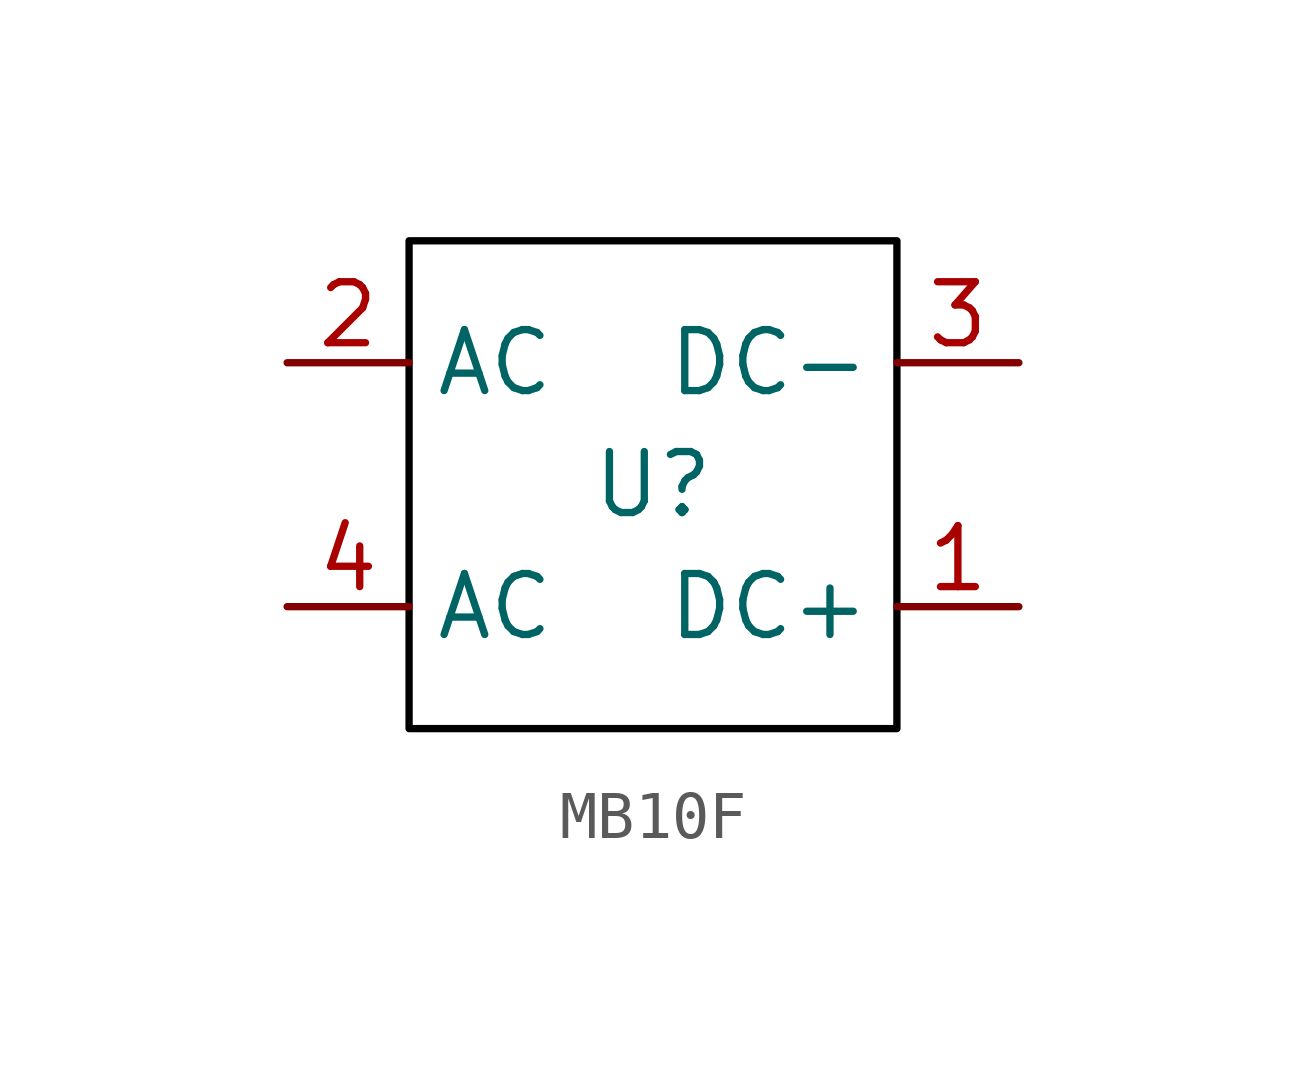
<source format=kicad_sym>
(kicad_symbol_lib
  (version 20241209)
  (generator "kicad_symbol_editor")
  (generator_version "9.0")
  (symbol "MB10F"
    (property "Reference" "U"
      (at 0 0 0)
      (effects (font (size 1.27 1.27))))
    (property "Value" ""
      (at 0 0 0)
      (effects (font (size 1.27 1.27))))
    (symbol "MB10F_1_1"
      (rectangle (start -5.08 5.08) (end 5.08 -5.08) (stroke (width 0) (type solid) (color 0 0 0 1)) (fill (type none)))
      (pin input line (at -7.62 2.54 0) (length 2.54) (name "AC" (effects (font (size 1.27 1.27)))) (number "2" (effects (font (size 1.27 1.27)))))
      (pin input line (at -7.62 -2.54 0) (length 2.54) (name "AC" (effects (font (size 1.27 1.27)))) (number "4" (effects (font (size 1.27 1.27)))))
      (pin output line (at 7.62 2.54 180) (length 2.54) (name "DC-" (effects (font (size 1.27 1.27)))) (number "3" (effects (font (size 1.27 1.27)))))
      (pin output line (at 7.62 -2.54 180) (length 2.54) (name "DC+" (effects (font (size 1.27 1.27)))) (number "1" (effects (font (size 1.27 1.27))))))))
</source>
